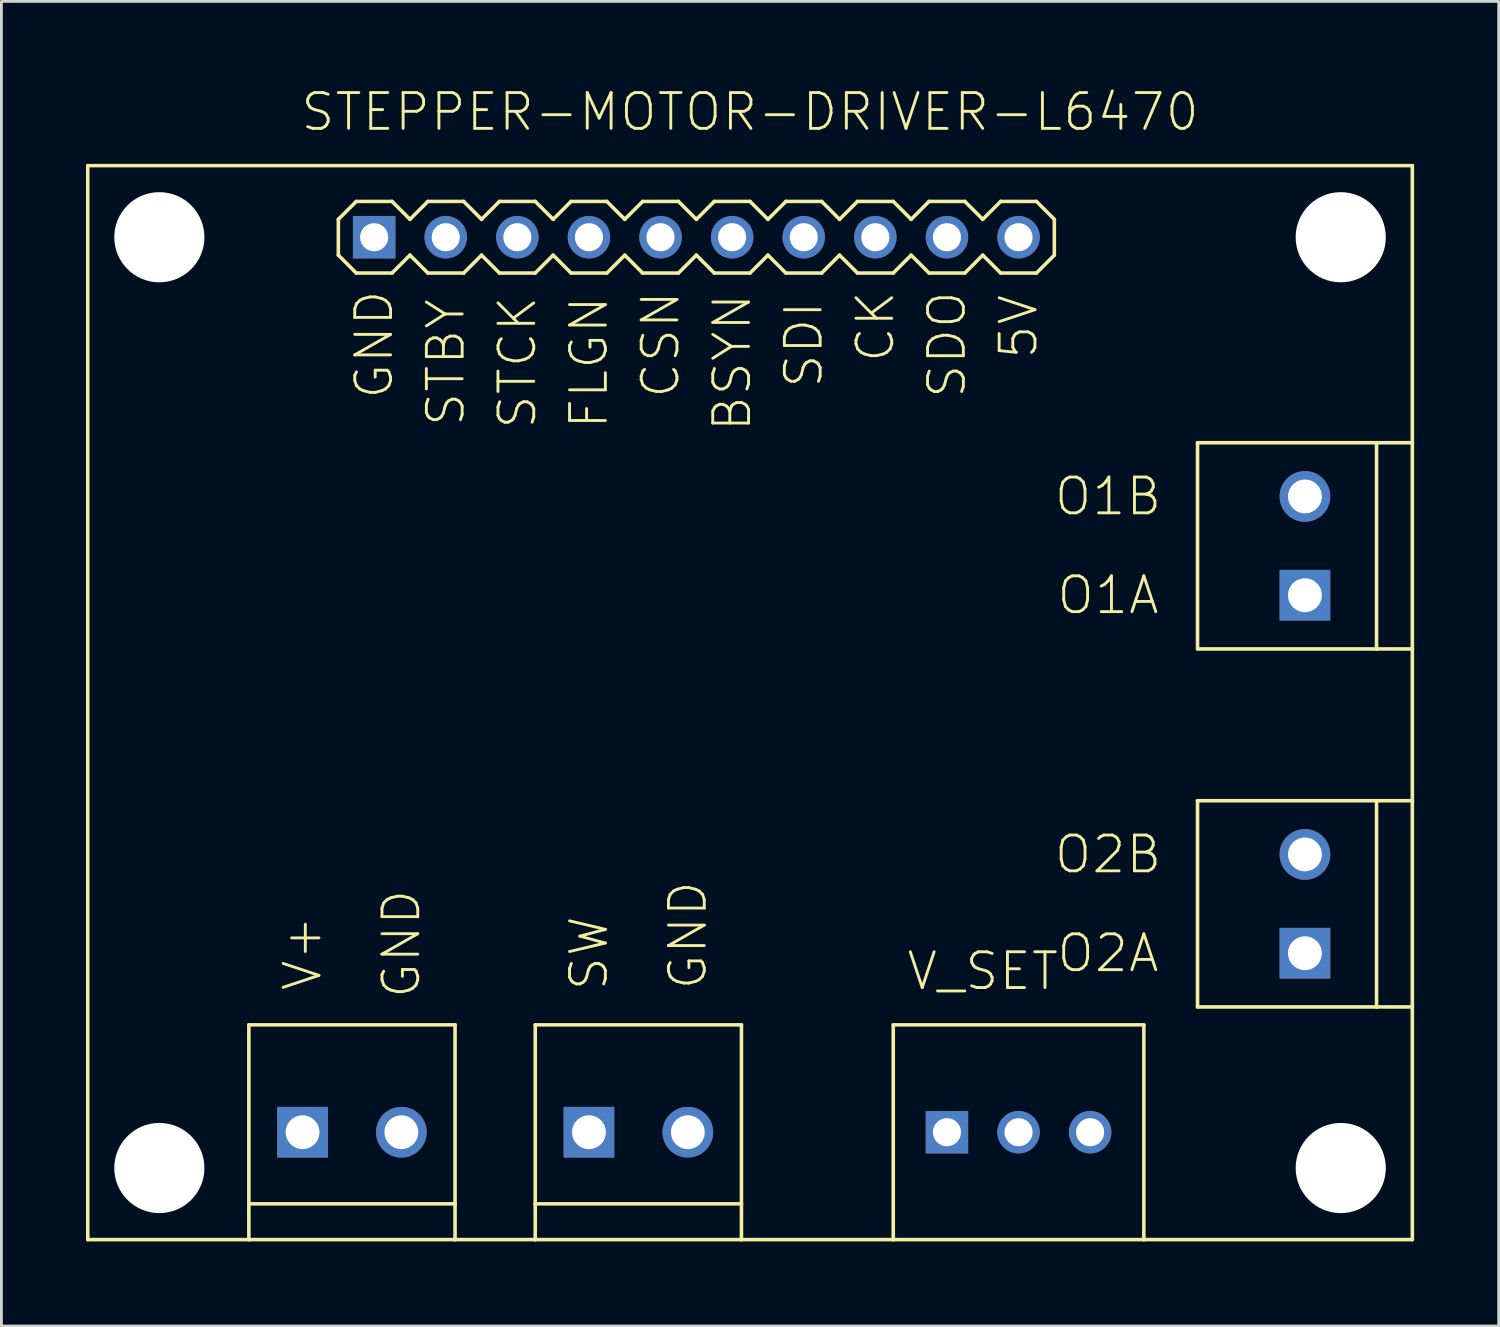
<source format=kicad_pcb>
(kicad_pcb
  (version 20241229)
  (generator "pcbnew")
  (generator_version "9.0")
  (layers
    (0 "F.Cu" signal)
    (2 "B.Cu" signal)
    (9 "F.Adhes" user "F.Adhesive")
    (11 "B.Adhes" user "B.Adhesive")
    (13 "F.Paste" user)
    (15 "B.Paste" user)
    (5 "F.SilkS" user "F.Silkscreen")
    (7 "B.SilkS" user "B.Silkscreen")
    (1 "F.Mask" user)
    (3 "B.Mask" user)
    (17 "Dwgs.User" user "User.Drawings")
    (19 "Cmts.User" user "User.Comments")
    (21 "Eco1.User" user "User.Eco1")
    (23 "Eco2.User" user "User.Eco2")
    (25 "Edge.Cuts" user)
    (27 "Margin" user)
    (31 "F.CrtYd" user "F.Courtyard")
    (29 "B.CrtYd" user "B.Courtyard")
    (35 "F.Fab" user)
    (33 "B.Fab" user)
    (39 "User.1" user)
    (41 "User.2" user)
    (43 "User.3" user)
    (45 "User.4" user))
  (footprint "STEPPER-MOTOR-DRIVER-L6470"
    (layer "F.Cu")
    (at 23.558 21.876)
    (property "Reference" "STEPPER-MOTOR-DRIVER-L6470" (at 0 -20.955 0) (layer "F.SilkS") (effects (font (size 1.27 1.27) (thickness 0.102))))
    (attr exclude_from_pos_files exclude_from_bom)
    (fp_line (start -23.495 -19.05) (end 23.495 -19.05) (stroke (width 0.127) (type solid)) (layer "F.SilkS"))
    (fp_line (start -23.495 19.05) (end -23.495 -19.05) (stroke (width 0.127) (type solid)) (layer "F.SilkS"))
    (fp_line (start -17.78 11.43) (end -10.465 11.43) (stroke (width 0.127) (type solid)) (layer "F.SilkS"))
    (fp_line (start -17.78 17.78) (end -17.78 11.43) (stroke (width 0.127) (type solid)) (layer "F.SilkS"))
    (fp_line (start -17.78 17.78) (end -10.465 17.78) (stroke (width 0.127) (type solid)) (layer "F.SilkS"))
    (fp_line (start -17.78 19.05) (end -23.495 19.05) (stroke (width 0.127) (type solid)) (layer "F.SilkS"))
    (fp_line (start -17.78 19.05) (end -17.78 17.78) (stroke (width 0.127) (type solid)) (layer "F.SilkS"))
    (fp_line (start -14.605 -17.145) (end -13.97 -17.78) (stroke (width 0.127) (type solid)) (layer "F.SilkS"))
    (fp_line (start -14.605 -15.875) (end -14.605 -17.145) (stroke (width 0.127) (type solid)) (layer "F.SilkS"))
    (fp_line (start -13.97 -17.78) (end -12.7 -17.78) (stroke (width 0.127) (type solid)) (layer "F.SilkS"))
    (fp_line (start -13.97 -15.24) (end -14.605 -15.875) (stroke (width 0.127) (type solid)) (layer "F.SilkS"))
    (fp_line (start -12.7 -17.78) (end -12.065 -17.145) (stroke (width 0.127) (type solid)) (layer "F.SilkS"))
    (fp_line (start -12.7 -15.24) (end -13.97 -15.24) (stroke (width 0.127) (type solid)) (layer "F.SilkS"))
    (fp_line (start -12.065 -17.145) (end -11.43 -17.78) (stroke (width 0.127) (type solid)) (layer "F.SilkS"))
    (fp_line (start -12.065 -15.875) (end -12.7 -15.24) (stroke (width 0.127) (type solid)) (layer "F.SilkS"))
    (fp_line (start -11.43 -17.78) (end -10.16 -17.78) (stroke (width 0.127) (type solid)) (layer "F.SilkS"))
    (fp_line (start -11.43 -15.24) (end -12.065 -15.875) (stroke (width 0.127) (type solid)) (layer "F.SilkS"))
    (fp_line (start -10.465 11.43) (end -10.465 17.78) (stroke (width 0.127) (type solid)) (layer "F.SilkS"))
    (fp_line (start -10.465 17.78) (end -10.465 19.05) (stroke (width 0.127) (type solid)) (layer "F.SilkS"))
    (fp_line (start -10.465 19.05) (end -17.78 19.05) (stroke (width 0.127) (type solid)) (layer "F.SilkS"))
    (fp_line (start -10.16 -17.78) (end -9.525 -17.145) (stroke (width 0.127) (type solid)) (layer "F.SilkS"))
    (fp_line (start -10.16 -15.24) (end -11.43 -15.24) (stroke (width 0.127) (type solid)) (layer "F.SilkS"))
    (fp_line (start -9.525 -17.145) (end -8.89 -17.78) (stroke (width 0.127) (type solid)) (layer "F.SilkS"))
    (fp_line (start -9.525 -15.875) (end -10.16 -15.24) (stroke (width 0.127) (type solid)) (layer "F.SilkS"))
    (fp_line (start -8.89 -17.78) (end -7.62 -17.78) (stroke (width 0.127) (type solid)) (layer "F.SilkS"))
    (fp_line (start -8.89 -15.24) (end -9.525 -15.875) (stroke (width 0.127) (type solid)) (layer "F.SilkS"))
    (fp_line (start -7.62 -17.78) (end -6.985 -17.145) (stroke (width 0.127) (type solid)) (layer "F.SilkS"))
    (fp_line (start -7.62 -15.24) (end -8.89 -15.24) (stroke (width 0.127) (type solid)) (layer "F.SilkS"))
    (fp_line (start -7.62 11.43) (end -0.305 11.43) (stroke (width 0.127) (type solid)) (layer "F.SilkS"))
    (fp_line (start -7.62 17.78) (end -7.62 11.43) (stroke (width 0.127) (type solid)) (layer "F.SilkS"))
    (fp_line (start -7.62 17.78) (end -0.305 17.78) (stroke (width 0.127) (type solid)) (layer "F.SilkS"))
    (fp_line (start -7.62 19.05) (end -10.465 19.05) (stroke (width 0.127) (type solid)) (layer "F.SilkS"))
    (fp_line (start -7.62 19.05) (end -7.62 17.78) (stroke (width 0.127) (type solid)) (layer "F.SilkS"))
    (fp_line (start -6.985 -17.145) (end -6.35 -17.78) (stroke (width 0.127) (type solid)) (layer "F.SilkS"))
    (fp_line (start -6.985 -15.875) (end -7.62 -15.24) (stroke (width 0.127) (type solid)) (layer "F.SilkS"))
    (fp_line (start -6.35 -17.78) (end -5.08 -17.78) (stroke (width 0.127) (type solid)) (layer "F.SilkS"))
    (fp_line (start -6.35 -15.24) (end -6.985 -15.875) (stroke (width 0.127) (type solid)) (layer "F.SilkS"))
    (fp_line (start -5.08 -17.78) (end -4.445 -17.145) (stroke (width 0.127) (type solid)) (layer "F.SilkS"))
    (fp_line (start -5.08 -15.24) (end -6.35 -15.24) (stroke (width 0.127) (type solid)) (layer "F.SilkS"))
    (fp_line (start -4.445 -17.145) (end -3.81 -17.78) (stroke (width 0.127) (type solid)) (layer "F.SilkS"))
    (fp_line (start -4.445 -15.875) (end -5.08 -15.24) (stroke (width 0.127) (type solid)) (layer "F.SilkS"))
    (fp_line (start -3.81 -17.78) (end -2.54 -17.78) (stroke (width 0.127) (type solid)) (layer "F.SilkS"))
    (fp_line (start -3.81 -15.24) (end -4.445 -15.875) (stroke (width 0.127) (type solid)) (layer "F.SilkS"))
    (fp_line (start -2.54 -17.78) (end -1.905 -17.145) (stroke (width 0.127) (type solid)) (layer "F.SilkS"))
    (fp_line (start -2.54 -15.24) (end -3.81 -15.24) (stroke (width 0.127) (type solid)) (layer "F.SilkS"))
    (fp_line (start -1.905 -17.145) (end -1.27 -17.78) (stroke (width 0.127) (type solid)) (layer "F.SilkS"))
    (fp_line (start -1.905 -15.875) (end -2.54 -15.24) (stroke (width 0.127) (type solid)) (layer "F.SilkS"))
    (fp_line (start -1.27 -17.78) (end 0 -17.78) (stroke (width 0.127) (type solid)) (layer "F.SilkS"))
    (fp_line (start -1.27 -15.24) (end -1.905 -15.875) (stroke (width 0.127) (type solid)) (layer "F.SilkS"))
    (fp_line (start -0.305 11.43) (end -0.305 17.78) (stroke (width 0.127) (type solid)) (layer "F.SilkS"))
    (fp_line (start -0.305 17.78) (end -0.305 19.05) (stroke (width 0.127) (type solid)) (layer "F.SilkS"))
    (fp_line (start -0.305 19.05) (end -7.62 19.05) (stroke (width 0.127) (type solid)) (layer "F.SilkS"))
    (fp_line (start 0 -17.78) (end 0.635 -17.145) (stroke (width 0.127) (type solid)) (layer "F.SilkS"))
    (fp_line (start 0 -15.24) (end -1.27 -15.24) (stroke (width 0.127) (type solid)) (layer "F.SilkS"))
    (fp_line (start 0.635 -17.145) (end 1.27 -17.78) (stroke (width 0.127) (type solid)) (layer "F.SilkS"))
    (fp_line (start 0.635 -15.875) (end 0 -15.24) (stroke (width 0.127) (type solid)) (layer "F.SilkS"))
    (fp_line (start 1.27 -17.78) (end 2.54 -17.78) (stroke (width 0.127) (type solid)) (layer "F.SilkS"))
    (fp_line (start 1.27 -15.24) (end 0.635 -15.875) (stroke (width 0.127) (type solid)) (layer "F.SilkS"))
    (fp_line (start 2.54 -17.78) (end 3.175 -17.145) (stroke (width 0.127) (type solid)) (layer "F.SilkS"))
    (fp_line (start 2.54 -15.24) (end 1.27 -15.24) (stroke (width 0.127) (type solid)) (layer "F.SilkS"))
    (fp_line (start 3.175 -17.145) (end 3.81 -17.78) (stroke (width 0.127) (type solid)) (layer "F.SilkS"))
    (fp_line (start 3.175 -15.875) (end 2.54 -15.24) (stroke (width 0.127) (type solid)) (layer "F.SilkS"))
    (fp_line (start 3.81 -17.78) (end 5.08 -17.78) (stroke (width 0.127) (type solid)) (layer "F.SilkS"))
    (fp_line (start 3.81 -15.24) (end 3.175 -15.875) (stroke (width 0.127) (type solid)) (layer "F.SilkS"))
    (fp_line (start 5.08 -17.78) (end 5.715 -17.145) (stroke (width 0.127) (type solid)) (layer "F.SilkS"))
    (fp_line (start 5.08 -15.24) (end 3.81 -15.24) (stroke (width 0.127) (type solid)) (layer "F.SilkS"))
    (fp_line (start 5.08 11.43) (end 13.97 11.43) (stroke (width 0.127) (type solid)) (layer "F.SilkS"))
    (fp_line (start 5.08 19.05) (end -0.305 19.05) (stroke (width 0.127) (type solid)) (layer "F.SilkS"))
    (fp_line (start 5.08 19.05) (end 5.08 11.43) (stroke (width 0.127) (type solid)) (layer "F.SilkS"))
    (fp_line (start 5.715 -17.145) (end 6.35 -17.78) (stroke (width 0.127) (type solid)) (layer "F.SilkS"))
    (fp_line (start 5.715 -15.875) (end 5.08 -15.24) (stroke (width 0.127) (type solid)) (layer "F.SilkS"))
    (fp_line (start 6.35 -17.78) (end 7.62 -17.78) (stroke (width 0.127) (type solid)) (layer "F.SilkS"))
    (fp_line (start 6.35 -15.24) (end 5.715 -15.875) (stroke (width 0.127) (type solid)) (layer "F.SilkS"))
    (fp_line (start 7.62 -17.78) (end 8.255 -17.145) (stroke (width 0.127) (type solid)) (layer "F.SilkS"))
    (fp_line (start 7.62 -15.24) (end 6.35 -15.24) (stroke (width 0.127) (type solid)) (layer "F.SilkS"))
    (fp_line (start 8.255 -17.145) (end 8.89 -17.78) (stroke (width 0.127) (type solid)) (layer "F.SilkS"))
    (fp_line (start 8.255 -15.875) (end 7.62 -15.24) (stroke (width 0.127) (type solid)) (layer "F.SilkS"))
    (fp_line (start 8.89 -17.78) (end 10.16 -17.78) (stroke (width 0.127) (type solid)) (layer "F.SilkS"))
    (fp_line (start 8.89 -15.24) (end 8.255 -15.875) (stroke (width 0.127) (type solid)) (layer "F.SilkS"))
    (fp_line (start 10.16 -17.78) (end 10.795 -17.145) (stroke (width 0.127) (type solid)) (layer "F.SilkS"))
    (fp_line (start 10.16 -15.24) (end 8.89 -15.24) (stroke (width 0.127) (type solid)) (layer "F.SilkS"))
    (fp_line (start 10.795 -17.145) (end 10.795 -15.875) (stroke (width 0.127) (type solid)) (layer "F.SilkS"))
    (fp_line (start 10.795 -15.875) (end 10.16 -15.24) (stroke (width 0.127) (type solid)) (layer "F.SilkS"))
    (fp_line (start 13.97 11.43) (end 13.97 19.05) (stroke (width 0.127) (type solid)) (layer "F.SilkS"))
    (fp_line (start 13.97 19.05) (end 5.08 19.05) (stroke (width 0.127) (type solid)) (layer "F.SilkS"))
    (fp_line (start 15.875 -9.22) (end 22.225 -9.22) (stroke (width 0.127) (type solid)) (layer "F.SilkS"))
    (fp_line (start 15.875 -1.905) (end 15.875 -9.22) (stroke (width 0.127) (type solid)) (layer "F.SilkS"))
    (fp_line (start 15.875 3.48) (end 15.875 10.795) (stroke (width 0.127) (type solid)) (layer "F.SilkS"))
    (fp_line (start 15.875 10.795) (end 22.225 10.795) (stroke (width 0.127) (type solid)) (layer "F.SilkS"))
    (fp_line (start 22.225 -9.22) (end 22.225 -1.905) (stroke (width 0.127) (type solid)) (layer "F.SilkS"))
    (fp_line (start 22.225 -9.22) (end 23.495 -9.22) (stroke (width 0.127) (type solid)) (layer "F.SilkS"))
    (fp_line (start 22.225 -1.905) (end 15.875 -1.905) (stroke (width 0.127) (type solid)) (layer "F.SilkS"))
    (fp_line (start 22.225 3.48) (end 15.875 3.48) (stroke (width 0.127) (type solid)) (layer "F.SilkS"))
    (fp_line (start 22.225 3.48) (end 22.225 10.795) (stroke (width 0.127) (type solid)) (layer "F.SilkS"))
    (fp_line (start 22.225 10.795) (end 23.495 10.795) (stroke (width 0.127) (type solid)) (layer "F.SilkS"))
    (fp_line (start 23.495 -19.05) (end 23.495 -9.22) (stroke (width 0.127) (type solid)) (layer "F.SilkS"))
    (fp_line (start 23.495 -9.22) (end 23.495 -1.905) (stroke (width 0.127) (type solid)) (layer "F.SilkS"))
    (fp_line (start 23.495 -1.905) (end 22.225 -1.905) (stroke (width 0.127) (type solid)) (layer "F.SilkS"))
    (fp_line (start 23.495 -1.905) (end 23.495 3.48) (stroke (width 0.127) (type solid)) (layer "F.SilkS"))
    (fp_line (start 23.495 3.48) (end 22.225 3.48) (stroke (width 0.127) (type solid)) (layer "F.SilkS"))
    (fp_line (start 23.495 3.48) (end 23.495 10.795) (stroke (width 0.127) (type solid)) (layer "F.SilkS"))
    (fp_line (start 23.495 10.795) (end 23.495 19.05) (stroke (width 0.127) (type solid)) (layer "F.SilkS"))
    (fp_line (start 23.495 19.05) (end 13.97 19.05) (stroke (width 0.127) (type solid)) (layer "F.SilkS"))
    (fp_text user "O1B" (at 12.7 -7.315 180) (layer "F.SilkS") (effects (font (size 1.27 1.27) (thickness 0.102))))
    (fp_text user "O2B" (at 12.7 5.385 180) (layer "F.SilkS") (effects (font (size 1.27 1.27) (thickness 0.102))))
    (fp_text user "5V" (at 9.525 -13.335 90) (layer "F.SilkS") (effects (font (size 1.27 1.27) (thickness 0.102))))
    (fp_text user "V_SET" (at 8.255 9.525 0) (layer "F.SilkS") (effects (font (size 1.27 1.27) (thickness 0.102))))
    (fp_text user "BSYN" (at -0.635 -12.065 90) (layer "F.SilkS") (effects (font (size 1.27 1.27) (thickness 0.102))))
    (fp_text user "SDI" (at 1.905 -12.7 90) (layer "F.SilkS") (effects (font (size 1.27 1.27) (thickness 0.102))))
    (fp_text user "O2A" (at 12.7 8.89 180) (layer "F.SilkS") (effects (font (size 1.27 1.27) (thickness 0.102))))
    (fp_text user "SW" (at -5.715 8.89 90) (layer "F.SilkS") (effects (font (size 1.27 1.27) (thickness 0.102))))
    (fp_text user "V+" (at -15.875 8.89 90) (layer "F.SilkS") (effects (font (size 1.27 1.27) (thickness 0.102))))
    (fp_text user "GND" (at -2.207 8.255 90) (layer "F.SilkS") (effects (font (size 1.27 1.27) (thickness 0.102))))
    (fp_text user "GND" (at -13.335 -12.7 270) (layer "F.SilkS") (effects (font (size 1.27 1.27) (thickness 0.102))))
    (fp_text user "SDO" (at 6.985 -12.7 90) (layer "F.SilkS") (effects (font (size 1.27 1.27) (thickness 0.102))))
    (fp_text user "FLGN" (at -5.715 -12.065 90) (layer "F.SilkS") (effects (font (size 1.27 1.27) (thickness 0.102))))
    (fp_text user "STCK" (at -8.255 -12.065 90) (layer "F.SilkS") (effects (font (size 1.27 1.27) (thickness 0.102))))
    (fp_text user "STBY" (at -10.795 -12.065 90) (layer "F.SilkS") (effects (font (size 1.27 1.27) (thickness 0.102))))
    (fp_text user "CSN" (at -3.175 -12.7 90) (layer "F.SilkS") (effects (font (size 1.27 1.27) (thickness 0.102))))
    (fp_text user "CK" (at 4.445 -13.335 90) (layer "F.SilkS") (effects (font (size 1.27 1.27) (thickness 0.102))))
    (fp_text user "GND" (at -12.37 8.56 90) (layer "F.SilkS") (effects (font (size 1.27 1.27) (thickness 0.102))))
    (fp_text user "O1A" (at 12.7 -3.81 180) (layer "F.SilkS") (effects (font (size 1.27 1.27) (thickness 0.102))))
    (pad "" np_thru_hole circle (at -20.955 -16.51) (size 3.198 3.198) (drill 3.198) (layers "*.Cu" "*.Mask"))
    (pad "" np_thru_hole circle (at -20.955 16.51) (size 3.198 3.198) (drill 3.198) (layers "*.Cu" "*.Mask"))
    (pad "" np_thru_hole circle (at 20.955 -16.51) (size 3.198 3.198) (drill 3.198) (layers "*.Cu" "*.Mask"))
    (pad "" np_thru_hole circle (at 20.955 16.51) (size 3.198 3.198) (drill 3.198) (layers "*.Cu" "*.Mask"))
    (pad "JP1.1" thru_hole rect (at -13.335 -16.51) (size 1.506 1.506) (drill 0.998) (layers "*.Cu" "*.Paste" "*.Mask"))
    (pad "JP1.2" thru_hole circle (at -10.795 -16.51) (size 1.506 1.506) (drill 0.998) (layers "*.Cu" "*.Paste" "*.Mask"))
    (pad "JP1.3" thru_hole circle (at -8.255 -16.51) (size 1.506 1.506) (drill 0.998) (layers "*.Cu" "*.Paste" "*.Mask"))
    (pad "JP1.4" thru_hole circle (at -5.715 -16.51) (size 1.506 1.506) (drill 0.998) (layers "*.Cu" "*.Paste" "*.Mask"))
    (pad "JP1.5" thru_hole circle (at -3.175 -16.51) (size 1.506 1.506) (drill 0.998) (layers "*.Cu" "*.Paste" "*.Mask"))
    (pad "JP1.6" thru_hole circle (at -0.635 -16.51) (size 1.506 1.506) (drill 0.998) (layers "*.Cu" "*.Paste" "*.Mask"))
    (pad "JP1.7" thru_hole circle (at 1.905 -16.51) (size 1.506 1.506) (drill 0.998) (layers "*.Cu" "*.Paste" "*.Mask"))
    (pad "JP1.8" thru_hole circle (at 4.445 -16.51) (size 1.506 1.506) (drill 0.998) (layers "*.Cu" "*.Paste" "*.Mask"))
    (pad "JP1.9" thru_hole circle (at 6.985 -16.51) (size 1.506 1.506) (drill 0.998) (layers "*.Cu" "*.Paste" "*.Mask"))
    (pad "JP1.10" thru_hole circle (at 9.525 -16.51) (size 1.506 1.506) (drill 0.998) (layers "*.Cu" "*.Paste" "*.Mask"))
    (pad "JP5.1" thru_hole rect (at -15.875 15.24) (size 1.798 1.798) (drill 1.199) (layers "*.Cu" "*.Paste" "*.Mask"))
    (pad "JP5.2" thru_hole circle (at -12.37 15.24) (size 1.798 1.798) (drill 1.199) (layers "*.Cu" "*.Paste" "*.Mask"))
    (pad "JP6.1" thru_hole rect (at 19.685 -3.81) (size 1.798 1.798) (drill 1.199) (layers "*.Cu" "*.Paste" "*.Mask"))
    (pad "JP6.2" thru_hole circle (at 19.685 -7.315) (size 1.798 1.798) (drill 1.199) (layers "*.Cu" "*.Paste" "*.Mask"))
    (pad "JP7.1" thru_hole rect (at 19.685 8.89) (size 1.798 1.798) (drill 1.199) (layers "*.Cu" "*.Paste" "*.Mask"))
    (pad "JP7.2" thru_hole circle (at 19.685 5.385) (size 1.798 1.798) (drill 1.199) (layers "*.Cu" "*.Paste" "*.Mask"))
    (pad "JP8.1" thru_hole rect (at -5.715 15.24) (size 1.798 1.798) (drill 1.199) (layers "*.Cu" "*.Paste" "*.Mask"))
    (pad "JP8.2" thru_hole circle (at -2.207 15.24) (size 1.798 1.798) (drill 1.199) (layers "*.Cu" "*.Paste" "*.Mask"))
    (pad "R4.1" thru_hole rect (at 6.985 15.24) (size 1.506 1.506) (drill 0.998) (layers "*.Cu" "*.Paste" "*.Mask"))
    (pad "R4.2" thru_hole circle (at 9.525 15.24) (size 1.506 1.506) (drill 0.998) (layers "*.Cu" "*.Paste" "*.Mask"))
    (pad "R4.3" thru_hole circle (at 12.065 15.24) (size 1.506 1.506) (drill 0.998) (layers "*.Cu" "*.Paste" "*.Mask")))
  (gr_rect
    (start -3 -3)
    (end 50.117 43.99)
    (stroke (width 0.1) (type default))
    (fill no)
    (layer "Edge.Cuts")))
</source>
